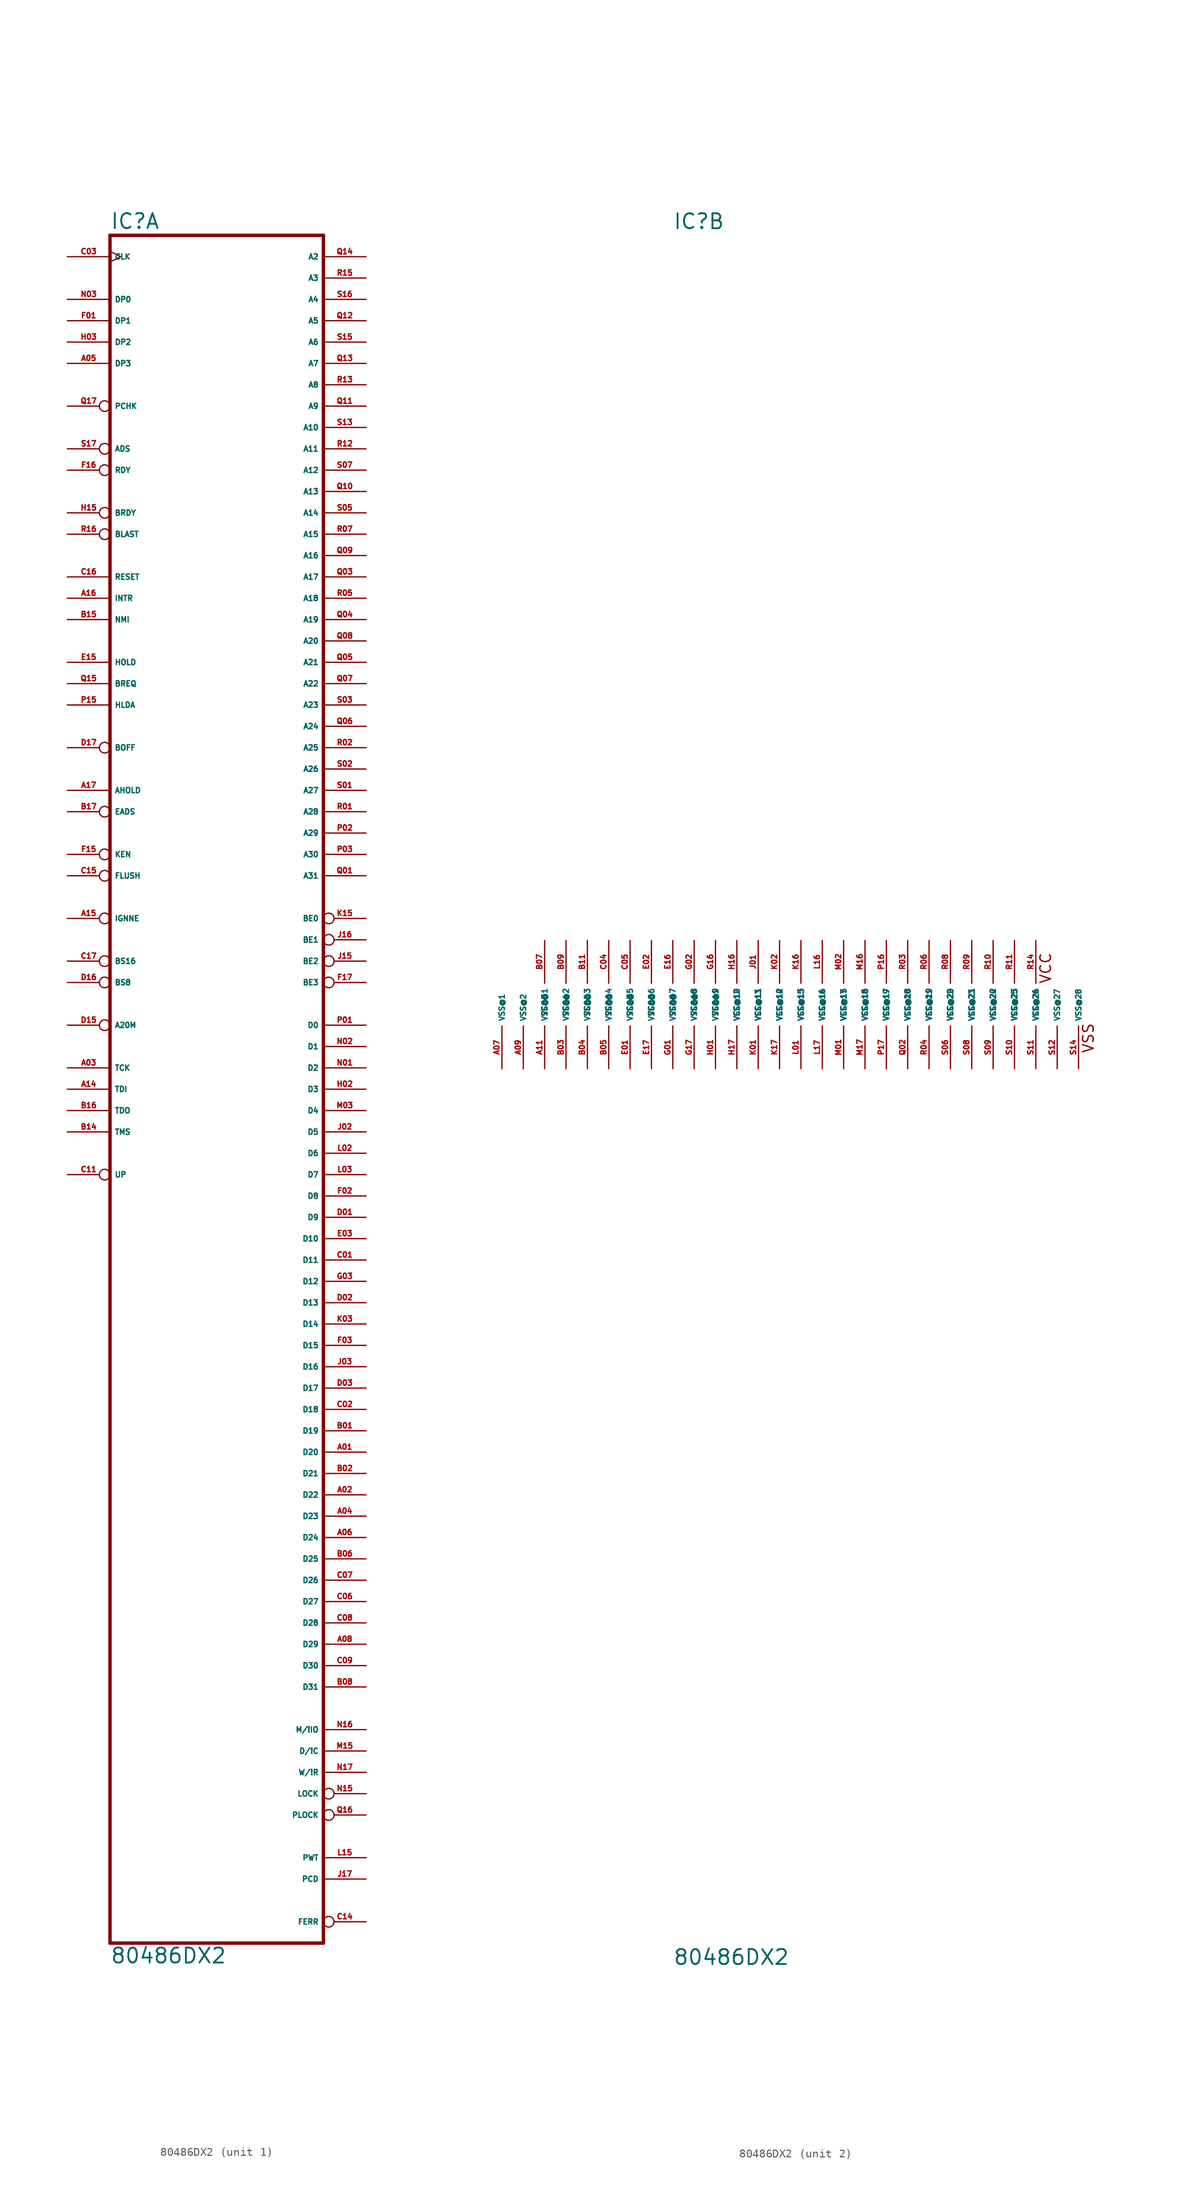
<source format=kicad_sym>
(kicad_symbol_lib
  (version 20220914)
  (generator Eagle2Kicad)
  (symbol "80486DX2"
    (property "Reference" "IC"
      (at -12.7 92.075 0)
      (effects (font (size 1.778 1.778) (thickness 0.22)) (justify left bottom)))
    (property "Value" "80486DX2"
      (at -12.7 -114.3 0)
      (effects (font (size 1.778 1.778) (thickness 0.22)) (justify left bottom)))
    (symbol "80486DX2_1_0"
      (polyline (pts (xy -12.7 -111.76) (xy 12.7 -111.76)) (stroke (width 0.406) (type default)) (fill (type none)))
      (polyline (pts (xy 12.7 91.44) (xy 12.7 -111.76)) (stroke (width 0.406) (type default)) (fill (type none)))
      (polyline (pts (xy 12.7 91.44) (xy -12.7 91.44)) (stroke (width 0.406) (type default)) (fill (type none)))
      (polyline (pts (xy -12.7 -111.76) (xy -12.7 91.44)) (stroke (width 0.406) (type default)) (fill (type none)))
      (pin input clock (at -17.78 88.9 0) (length 5.08) (name "CLK" (effects (font (size 0.635 0.635) (thickness 0.08)) (justify left bottom))) (number "C03" (effects (font (size 0.635 0.635) (thickness 0.08)) (justify left bottom))))
      (pin output line (at 17.78 88.9 180) (length 5.08) (name "A2" (effects (font (size 0.635 0.635) (thickness 0.08)) (justify left bottom))) (number "Q14" (effects (font (size 0.635 0.635) (thickness 0.08)) (justify left bottom))))
      (pin output line (at 17.78 86.36 180) (length 5.08) (name "A3" (effects (font (size 0.635 0.635) (thickness 0.08)) (justify left bottom))) (number "R15" (effects (font (size 0.635 0.635) (thickness 0.08)) (justify left bottom))))
      (pin bidirectional line (at 17.78 83.82 180) (length 5.08) (name "A4" (effects (font (size 0.635 0.635) (thickness 0.08)) (justify left bottom))) (number "S16" (effects (font (size 0.635 0.635) (thickness 0.08)) (justify left bottom))))
      (pin bidirectional line (at 17.78 81.28 180) (length 5.08) (name "A5" (effects (font (size 0.635 0.635) (thickness 0.08)) (justify left bottom))) (number "Q12" (effects (font (size 0.635 0.635) (thickness 0.08)) (justify left bottom))))
      (pin bidirectional line (at 17.78 78.74 180) (length 5.08) (name "A6" (effects (font (size 0.635 0.635) (thickness 0.08)) (justify left bottom))) (number "S15" (effects (font (size 0.635 0.635) (thickness 0.08)) (justify left bottom))))
      (pin bidirectional line (at 17.78 76.2 180) (length 5.08) (name "A7" (effects (font (size 0.635 0.635) (thickness 0.08)) (justify left bottom))) (number "Q13" (effects (font (size 0.635 0.635) (thickness 0.08)) (justify left bottom))))
      (pin bidirectional line (at 17.78 73.66 180) (length 5.08) (name "A8" (effects (font (size 0.635 0.635) (thickness 0.08)) (justify left bottom))) (number "R13" (effects (font (size 0.635 0.635) (thickness 0.08)) (justify left bottom))))
      (pin bidirectional line (at 17.78 71.12 180) (length 5.08) (name "A9" (effects (font (size 0.635 0.635) (thickness 0.08)) (justify left bottom))) (number "Q11" (effects (font (size 0.635 0.635) (thickness 0.08)) (justify left bottom))))
      (pin bidirectional line (at 17.78 68.58 180) (length 5.08) (name "A10" (effects (font (size 0.635 0.635) (thickness 0.08)) (justify left bottom))) (number "S13" (effects (font (size 0.635 0.635) (thickness 0.08)) (justify left bottom))))
      (pin bidirectional line (at 17.78 66.04 180) (length 5.08) (name "A11" (effects (font (size 0.635 0.635) (thickness 0.08)) (justify left bottom))) (number "R12" (effects (font (size 0.635 0.635) (thickness 0.08)) (justify left bottom))))
      (pin bidirectional line (at 17.78 63.5 180) (length 5.08) (name "A12" (effects (font (size 0.635 0.635) (thickness 0.08)) (justify left bottom))) (number "S07" (effects (font (size 0.635 0.635) (thickness 0.08)) (justify left bottom))))
      (pin bidirectional line (at 17.78 60.96 180) (length 5.08) (name "A13" (effects (font (size 0.635 0.635) (thickness 0.08)) (justify left bottom))) (number "Q10" (effects (font (size 0.635 0.635) (thickness 0.08)) (justify left bottom))))
      (pin bidirectional line (at 17.78 58.42 180) (length 5.08) (name "A14" (effects (font (size 0.635 0.635) (thickness 0.08)) (justify left bottom))) (number "S05" (effects (font (size 0.635 0.635) (thickness 0.08)) (justify left bottom))))
      (pin bidirectional line (at 17.78 55.88 180) (length 5.08) (name "A15" (effects (font (size 0.635 0.635) (thickness 0.08)) (justify left bottom))) (number "R07" (effects (font (size 0.635 0.635) (thickness 0.08)) (justify left bottom))))
      (pin bidirectional line (at 17.78 53.34 180) (length 5.08) (name "A16" (effects (font (size 0.635 0.635) (thickness 0.08)) (justify left bottom))) (number "Q09" (effects (font (size 0.635 0.635) (thickness 0.08)) (justify left bottom))))
      (pin bidirectional line (at 17.78 50.8 180) (length 5.08) (name "A17" (effects (font (size 0.635 0.635) (thickness 0.08)) (justify left bottom))) (number "Q03" (effects (font (size 0.635 0.635) (thickness 0.08)) (justify left bottom))))
      (pin bidirectional line (at 17.78 48.26 180) (length 5.08) (name "A18" (effects (font (size 0.635 0.635) (thickness 0.08)) (justify left bottom))) (number "R05" (effects (font (size 0.635 0.635) (thickness 0.08)) (justify left bottom))))
      (pin bidirectional line (at 17.78 45.72 180) (length 5.08) (name "A19" (effects (font (size 0.635 0.635) (thickness 0.08)) (justify left bottom))) (number "Q04" (effects (font (size 0.635 0.635) (thickness 0.08)) (justify left bottom))))
      (pin bidirectional line (at 17.78 43.18 180) (length 5.08) (name "A20" (effects (font (size 0.635 0.635) (thickness 0.08)) (justify left bottom))) (number "Q08" (effects (font (size 0.635 0.635) (thickness 0.08)) (justify left bottom))))
      (pin bidirectional line (at 17.78 40.64 180) (length 5.08) (name "A21" (effects (font (size 0.635 0.635) (thickness 0.08)) (justify left bottom))) (number "Q05" (effects (font (size 0.635 0.635) (thickness 0.08)) (justify left bottom))))
      (pin bidirectional line (at 17.78 38.1 180) (length 5.08) (name "A22" (effects (font (size 0.635 0.635) (thickness 0.08)) (justify left bottom))) (number "Q07" (effects (font (size 0.635 0.635) (thickness 0.08)) (justify left bottom))))
      (pin bidirectional line (at 17.78 35.56 180) (length 5.08) (name "A23" (effects (font (size 0.635 0.635) (thickness 0.08)) (justify left bottom))) (number "S03" (effects (font (size 0.635 0.635) (thickness 0.08)) (justify left bottom))))
      (pin bidirectional line (at 17.78 33.02 180) (length 5.08) (name "A24" (effects (font (size 0.635 0.635) (thickness 0.08)) (justify left bottom))) (number "Q06" (effects (font (size 0.635 0.635) (thickness 0.08)) (justify left bottom))))
      (pin bidirectional line (at 17.78 30.48 180) (length 5.08) (name "A25" (effects (font (size 0.635 0.635) (thickness 0.08)) (justify left bottom))) (number "R02" (effects (font (size 0.635 0.635) (thickness 0.08)) (justify left bottom))))
      (pin bidirectional line (at 17.78 27.94 180) (length 5.08) (name "A26" (effects (font (size 0.635 0.635) (thickness 0.08)) (justify left bottom))) (number "S02" (effects (font (size 0.635 0.635) (thickness 0.08)) (justify left bottom))))
      (pin bidirectional line (at 17.78 25.4 180) (length 5.08) (name "A27" (effects (font (size 0.635 0.635) (thickness 0.08)) (justify left bottom))) (number "S01" (effects (font (size 0.635 0.635) (thickness 0.08)) (justify left bottom))))
      (pin bidirectional line (at 17.78 22.86 180) (length 5.08) (name "A28" (effects (font (size 0.635 0.635) (thickness 0.08)) (justify left bottom))) (number "R01" (effects (font (size 0.635 0.635) (thickness 0.08)) (justify left bottom))))
      (pin bidirectional line (at 17.78 20.32 180) (length 5.08) (name "A29" (effects (font (size 0.635 0.635) (thickness 0.08)) (justify left bottom))) (number "P02" (effects (font (size 0.635 0.635) (thickness 0.08)) (justify left bottom))))
      (pin bidirectional line (at 17.78 17.78 180) (length 5.08) (name "A30" (effects (font (size 0.635 0.635) (thickness 0.08)) (justify left bottom))) (number "P03" (effects (font (size 0.635 0.635) (thickness 0.08)) (justify left bottom))))
      (pin bidirectional line (at 17.78 15.24 180) (length 5.08) (name "A31" (effects (font (size 0.635 0.635) (thickness 0.08)) (justify left bottom))) (number "Q01" (effects (font (size 0.635 0.635) (thickness 0.08)) (justify left bottom))))
      (pin bidirectional line (at 17.78 -2.54 180) (length 5.08) (name "D0" (effects (font (size 0.635 0.635) (thickness 0.08)) (justify left bottom))) (number "P01" (effects (font (size 0.635 0.635) (thickness 0.08)) (justify left bottom))))
      (pin bidirectional line (at 17.78 -5.08 180) (length 5.08) (name "D1" (effects (font (size 0.635 0.635) (thickness 0.08)) (justify left bottom))) (number "N02" (effects (font (size 0.635 0.635) (thickness 0.08)) (justify left bottom))))
      (pin bidirectional line (at 17.78 -7.62 180) (length 5.08) (name "D2" (effects (font (size 0.635 0.635) (thickness 0.08)) (justify left bottom))) (number "N01" (effects (font (size 0.635 0.635) (thickness 0.08)) (justify left bottom))))
      (pin bidirectional line (at 17.78 -10.16 180) (length 5.08) (name "D3" (effects (font (size 0.635 0.635) (thickness 0.08)) (justify left bottom))) (number "H02" (effects (font (size 0.635 0.635) (thickness 0.08)) (justify left bottom))))
      (pin bidirectional line (at 17.78 -12.7 180) (length 5.08) (name "D4" (effects (font (size 0.635 0.635) (thickness 0.08)) (justify left bottom))) (number "M03" (effects (font (size 0.635 0.635) (thickness 0.08)) (justify left bottom))))
      (pin bidirectional line (at 17.78 -15.24 180) (length 5.08) (name "D5" (effects (font (size 0.635 0.635) (thickness 0.08)) (justify left bottom))) (number "J02" (effects (font (size 0.635 0.635) (thickness 0.08)) (justify left bottom))))
      (pin bidirectional line (at 17.78 -17.78 180) (length 5.08) (name "D6" (effects (font (size 0.635 0.635) (thickness 0.08)) (justify left bottom))) (number "L02" (effects (font (size 0.635 0.635) (thickness 0.08)) (justify left bottom))))
      (pin bidirectional line (at 17.78 -20.32 180) (length 5.08) (name "D7" (effects (font (size 0.635 0.635) (thickness 0.08)) (justify left bottom))) (number "L03" (effects (font (size 0.635 0.635) (thickness 0.08)) (justify left bottom))))
      (pin bidirectional line (at 17.78 -22.86 180) (length 5.08) (name "D8" (effects (font (size 0.635 0.635) (thickness 0.08)) (justify left bottom))) (number "F02" (effects (font (size 0.635 0.635) (thickness 0.08)) (justify left bottom))))
      (pin bidirectional line (at 17.78 -25.4 180) (length 5.08) (name "D9" (effects (font (size 0.635 0.635) (thickness 0.08)) (justify left bottom))) (number "D01" (effects (font (size 0.635 0.635) (thickness 0.08)) (justify left bottom))))
      (pin bidirectional line (at 17.78 -27.94 180) (length 5.08) (name "D10" (effects (font (size 0.635 0.635) (thickness 0.08)) (justify left bottom))) (number "E03" (effects (font (size 0.635 0.635) (thickness 0.08)) (justify left bottom))))
      (pin bidirectional line (at 17.78 -30.48 180) (length 5.08) (name "D11" (effects (font (size 0.635 0.635) (thickness 0.08)) (justify left bottom))) (number "C01" (effects (font (size 0.635 0.635) (thickness 0.08)) (justify left bottom))))
      (pin bidirectional line (at 17.78 -33.02 180) (length 5.08) (name "D12" (effects (font (size 0.635 0.635) (thickness 0.08)) (justify left bottom))) (number "G03" (effects (font (size 0.635 0.635) (thickness 0.08)) (justify left bottom))))
      (pin bidirectional line (at 17.78 -35.56 180) (length 5.08) (name "D13" (effects (font (size 0.635 0.635) (thickness 0.08)) (justify left bottom))) (number "D02" (effects (font (size 0.635 0.635) (thickness 0.08)) (justify left bottom))))
      (pin bidirectional line (at 17.78 -38.1 180) (length 5.08) (name "D14" (effects (font (size 0.635 0.635) (thickness 0.08)) (justify left bottom))) (number "K03" (effects (font (size 0.635 0.635) (thickness 0.08)) (justify left bottom))))
      (pin bidirectional line (at 17.78 -40.64 180) (length 5.08) (name "D15" (effects (font (size 0.635 0.635) (thickness 0.08)) (justify left bottom))) (number "F03" (effects (font (size 0.635 0.635) (thickness 0.08)) (justify left bottom))))
      (pin bidirectional line (at 17.78 -43.18 180) (length 5.08) (name "D16" (effects (font (size 0.635 0.635) (thickness 0.08)) (justify left bottom))) (number "J03" (effects (font (size 0.635 0.635) (thickness 0.08)) (justify left bottom))))
      (pin bidirectional line (at 17.78 -45.72 180) (length 5.08) (name "D17" (effects (font (size 0.635 0.635) (thickness 0.08)) (justify left bottom))) (number "D03" (effects (font (size 0.635 0.635) (thickness 0.08)) (justify left bottom))))
      (pin bidirectional line (at 17.78 -48.26 180) (length 5.08) (name "D18" (effects (font (size 0.635 0.635) (thickness 0.08)) (justify left bottom))) (number "C02" (effects (font (size 0.635 0.635) (thickness 0.08)) (justify left bottom))))
      (pin bidirectional line (at 17.78 -50.8 180) (length 5.08) (name "D19" (effects (font (size 0.635 0.635) (thickness 0.08)) (justify left bottom))) (number "B01" (effects (font (size 0.635 0.635) (thickness 0.08)) (justify left bottom))))
      (pin bidirectional line (at 17.78 -53.34 180) (length 5.08) (name "D20" (effects (font (size 0.635 0.635) (thickness 0.08)) (justify left bottom))) (number "A01" (effects (font (size 0.635 0.635) (thickness 0.08)) (justify left bottom))))
      (pin bidirectional line (at 17.78 -55.88 180) (length 5.08) (name "D21" (effects (font (size 0.635 0.635) (thickness 0.08)) (justify left bottom))) (number "B02" (effects (font (size 0.635 0.635) (thickness 0.08)) (justify left bottom))))
      (pin bidirectional line (at 17.78 -58.42 180) (length 5.08) (name "D22" (effects (font (size 0.635 0.635) (thickness 0.08)) (justify left bottom))) (number "A02" (effects (font (size 0.635 0.635) (thickness 0.08)) (justify left bottom))))
      (pin bidirectional line (at 17.78 -60.96 180) (length 5.08) (name "D23" (effects (font (size 0.635 0.635) (thickness 0.08)) (justify left bottom))) (number "A04" (effects (font (size 0.635 0.635) (thickness 0.08)) (justify left bottom))))
      (pin bidirectional line (at 17.78 -63.5 180) (length 5.08) (name "D24" (effects (font (size 0.635 0.635) (thickness 0.08)) (justify left bottom))) (number "A06" (effects (font (size 0.635 0.635) (thickness 0.08)) (justify left bottom))))
      (pin bidirectional line (at 17.78 -66.04 180) (length 5.08) (name "D25" (effects (font (size 0.635 0.635) (thickness 0.08)) (justify left bottom))) (number "B06" (effects (font (size 0.635 0.635) (thickness 0.08)) (justify left bottom))))
      (pin bidirectional line (at 17.78 -68.58 180) (length 5.08) (name "D26" (effects (font (size 0.635 0.635) (thickness 0.08)) (justify left bottom))) (number "C07" (effects (font (size 0.635 0.635) (thickness 0.08)) (justify left bottom))))
      (pin bidirectional line (at 17.78 -71.12 180) (length 5.08) (name "D27" (effects (font (size 0.635 0.635) (thickness 0.08)) (justify left bottom))) (number "C06" (effects (font (size 0.635 0.635) (thickness 0.08)) (justify left bottom))))
      (pin bidirectional line (at 17.78 -73.66 180) (length 5.08) (name "D28" (effects (font (size 0.635 0.635) (thickness 0.08)) (justify left bottom))) (number "C08" (effects (font (size 0.635 0.635) (thickness 0.08)) (justify left bottom))))
      (pin bidirectional line (at 17.78 -76.2 180) (length 5.08) (name "D29" (effects (font (size 0.635 0.635) (thickness 0.08)) (justify left bottom))) (number "A08" (effects (font (size 0.635 0.635) (thickness 0.08)) (justify left bottom))))
      (pin bidirectional line (at 17.78 -78.74 180) (length 5.08) (name "D30" (effects (font (size 0.635 0.635) (thickness 0.08)) (justify left bottom))) (number "C09" (effects (font (size 0.635 0.635) (thickness 0.08)) (justify left bottom))))
      (pin bidirectional line (at 17.78 -81.28 180) (length 5.08) (name "D31" (effects (font (size 0.635 0.635) (thickness 0.08)) (justify left bottom))) (number "B08" (effects (font (size 0.635 0.635) (thickness 0.08)) (justify left bottom))))
      (pin bidirectional line (at -17.78 83.82 0) (length 5.08) (name "DP0" (effects (font (size 0.635 0.635) (thickness 0.08)) (justify left bottom))) (number "N03" (effects (font (size 0.635 0.635) (thickness 0.08)) (justify left bottom))))
      (pin bidirectional line (at -17.78 81.28 0) (length 5.08) (name "DP1" (effects (font (size 0.635 0.635) (thickness 0.08)) (justify left bottom))) (number "F01" (effects (font (size 0.635 0.635) (thickness 0.08)) (justify left bottom))))
      (pin bidirectional line (at -17.78 78.74 0) (length 5.08) (name "DP2" (effects (font (size 0.635 0.635) (thickness 0.08)) (justify left bottom))) (number "H03" (effects (font (size 0.635 0.635) (thickness 0.08)) (justify left bottom))))
      (pin bidirectional line (at -17.78 76.2 0) (length 5.08) (name "DP3" (effects (font (size 0.635 0.635) (thickness 0.08)) (justify left bottom))) (number "A05" (effects (font (size 0.635 0.635) (thickness 0.08)) (justify left bottom))))
      (pin input inverted (at -17.78 63.5 0) (length 5.08) (name "RDY" (effects (font (size 0.635 0.635) (thickness 0.08)) (justify left bottom))) (number "F16" (effects (font (size 0.635 0.635) (thickness 0.08)) (justify left bottom))))
      (pin input inverted (at -17.78 58.42 0) (length 5.08) (name "BRDY" (effects (font (size 0.635 0.635) (thickness 0.08)) (justify left bottom))) (number "H15" (effects (font (size 0.635 0.635) (thickness 0.08)) (justify left bottom))))
      (pin output inverted (at -17.78 55.88 0) (length 5.08) (name "BLAST" (effects (font (size 0.635 0.635) (thickness 0.08)) (justify left bottom))) (number "R16" (effects (font (size 0.635 0.635) (thickness 0.08)) (justify left bottom))))
      (pin input line (at -17.78 48.26 0) (length 5.08) (name "INTR" (effects (font (size 0.635 0.635) (thickness 0.08)) (justify left bottom))) (number "A16" (effects (font (size 0.635 0.635) (thickness 0.08)) (justify left bottom))))
      (pin input line (at -17.78 45.72 0) (length 5.08) (name "NMI" (effects (font (size 0.635 0.635) (thickness 0.08)) (justify left bottom))) (number "B15" (effects (font (size 0.635 0.635) (thickness 0.08)) (justify left bottom))))
      (pin input line (at -17.78 50.8 0) (length 5.08) (name "RESET" (effects (font (size 0.635 0.635) (thickness 0.08)) (justify left bottom))) (number "C16" (effects (font (size 0.635 0.635) (thickness 0.08)) (justify left bottom))))
      (pin output inverted (at 17.78 -96.52 180) (length 5.08) (name "PLOCK" (effects (font (size 0.635 0.635) (thickness 0.08)) (justify left bottom))) (number "Q16" (effects (font (size 0.635 0.635) (thickness 0.08)) (justify left bottom))))
      (pin output inverted (at -17.78 66.04 0) (length 5.08) (name "ADS" (effects (font (size 0.635 0.635) (thickness 0.08)) (justify left bottom))) (number "S17" (effects (font (size 0.635 0.635) (thickness 0.08)) (justify left bottom))))
      (pin output inverted (at 17.78 -93.98 180) (length 5.08) (name "LOCK" (effects (font (size 0.635 0.635) (thickness 0.08)) (justify left bottom))) (number "N15" (effects (font (size 0.635 0.635) (thickness 0.08)) (justify left bottom))))
      (pin output line (at 17.78 -86.36 180) (length 5.08) (name "M/!IO" (effects (font (size 0.635 0.635) (thickness 0.08)) (justify left bottom))) (number "N16" (effects (font (size 0.635 0.635) (thickness 0.08)) (justify left bottom))))
      (pin output line (at 17.78 -88.9 180) (length 5.08) (name "D/!C" (effects (font (size 0.635 0.635) (thickness 0.08)) (justify left bottom))) (number "M15" (effects (font (size 0.635 0.635) (thickness 0.08)) (justify left bottom))))
      (pin output line (at 17.78 -91.44 180) (length 5.08) (name "W/!R" (effects (font (size 0.635 0.635) (thickness 0.08)) (justify left bottom))) (number "N17" (effects (font (size 0.635 0.635) (thickness 0.08)) (justify left bottom))))
      (pin output inverted (at 17.78 2.54 180) (length 5.08) (name "BE3" (effects (font (size 0.635 0.635) (thickness 0.08)) (justify left bottom))) (number "F17" (effects (font (size 0.635 0.635) (thickness 0.08)) (justify left bottom))))
      (pin output inverted (at 17.78 5.08 180) (length 5.08) (name "BE2" (effects (font (size 0.635 0.635) (thickness 0.08)) (justify left bottom))) (number "J15" (effects (font (size 0.635 0.635) (thickness 0.08)) (justify left bottom))))
      (pin output inverted (at 17.78 7.62 180) (length 5.08) (name "BE1" (effects (font (size 0.635 0.635) (thickness 0.08)) (justify left bottom))) (number "J16" (effects (font (size 0.635 0.635) (thickness 0.08)) (justify left bottom))))
      (pin output inverted (at 17.78 10.16 180) (length 5.08) (name "BE0" (effects (font (size 0.635 0.635) (thickness 0.08)) (justify left bottom))) (number "K15" (effects (font (size 0.635 0.635) (thickness 0.08)) (justify left bottom))))
      (pin output inverted (at -17.78 71.12 0) (length 5.08) (name "PCHK" (effects (font (size 0.635 0.635) (thickness 0.08)) (justify left bottom))) (number "Q17" (effects (font (size 0.635 0.635) (thickness 0.08)) (justify left bottom))))
      (pin input line (at -17.78 40.64 0) (length 5.08) (name "HOLD" (effects (font (size 0.635 0.635) (thickness 0.08)) (justify left bottom))) (number "E15" (effects (font (size 0.635 0.635) (thickness 0.08)) (justify left bottom))))
      (pin output line (at -17.78 38.1 0) (length 5.08) (name "BREQ" (effects (font (size 0.635 0.635) (thickness 0.08)) (justify left bottom))) (number "Q15" (effects (font (size 0.635 0.635) (thickness 0.08)) (justify left bottom))))
      (pin output line (at -17.78 35.56 0) (length 5.08) (name "HLDA" (effects (font (size 0.635 0.635) (thickness 0.08)) (justify left bottom))) (number "P15" (effects (font (size 0.635 0.635) (thickness 0.08)) (justify left bottom))))
      (pin input inverted (at -17.78 30.48 0) (length 5.08) (name "BOFF" (effects (font (size 0.635 0.635) (thickness 0.08)) (justify left bottom))) (number "D17" (effects (font (size 0.635 0.635) (thickness 0.08)) (justify left bottom))))
      (pin input line (at -17.78 25.4 0) (length 5.08) (name "AHOLD" (effects (font (size 0.635 0.635) (thickness 0.08)) (justify left bottom))) (number "A17" (effects (font (size 0.635 0.635) (thickness 0.08)) (justify left bottom))))
      (pin input inverted (at -17.78 22.86 0) (length 5.08) (name "EADS" (effects (font (size 0.635 0.635) (thickness 0.08)) (justify left bottom))) (number "B17" (effects (font (size 0.635 0.635) (thickness 0.08)) (justify left bottom))))
      (pin input inverted (at -17.78 17.78 0) (length 5.08) (name "KEN" (effects (font (size 0.635 0.635) (thickness 0.08)) (justify left bottom))) (number "F15" (effects (font (size 0.635 0.635) (thickness 0.08)) (justify left bottom))))
      (pin input inverted (at -17.78 15.24 0) (length 5.08) (name "FLUSH" (effects (font (size 0.635 0.635) (thickness 0.08)) (justify left bottom))) (number "C15" (effects (font (size 0.635 0.635) (thickness 0.08)) (justify left bottom))))
      (pin output line (at 17.78 -101.6 180) (length 5.08) (name "PWT" (effects (font (size 0.635 0.635) (thickness 0.08)) (justify left bottom))) (number "L15" (effects (font (size 0.635 0.635) (thickness 0.08)) (justify left bottom))))
      (pin output line (at 17.78 -104.14 180) (length 5.08) (name "PCD" (effects (font (size 0.635 0.635) (thickness 0.08)) (justify left bottom))) (number "J17" (effects (font (size 0.635 0.635) (thickness 0.08)) (justify left bottom))))
      (pin output inverted (at 17.78 -109.22 180) (length 5.08) (name "FERR" (effects (font (size 0.635 0.635) (thickness 0.08)) (justify left bottom))) (number "C14" (effects (font (size 0.635 0.635) (thickness 0.08)) (justify left bottom))))
      (pin input inverted (at -17.78 10.16 0) (length 5.08) (name "IGNNE" (effects (font (size 0.635 0.635) (thickness 0.08)) (justify left bottom))) (number "A15" (effects (font (size 0.635 0.635) (thickness 0.08)) (justify left bottom))))
      (pin input inverted (at -17.78 5.08 0) (length 5.08) (name "BS16" (effects (font (size 0.635 0.635) (thickness 0.08)) (justify left bottom))) (number "C17" (effects (font (size 0.635 0.635) (thickness 0.08)) (justify left bottom))))
      (pin input inverted (at -17.78 2.54 0) (length 5.08) (name "BS8" (effects (font (size 0.635 0.635) (thickness 0.08)) (justify left bottom))) (number "D16" (effects (font (size 0.635 0.635) (thickness 0.08)) (justify left bottom))))
      (pin input inverted (at -17.78 -2.54 0) (length 5.08) (name "A20M" (effects (font (size 0.635 0.635) (thickness 0.08)) (justify left bottom))) (number "D15" (effects (font (size 0.635 0.635) (thickness 0.08)) (justify left bottom))))
      (pin input line (at -17.78 -7.62 0) (length 5.08) (name "TCK" (effects (font (size 0.635 0.635) (thickness 0.08)) (justify left bottom))) (number "A03" (effects (font (size 0.635 0.635) (thickness 0.08)) (justify left bottom))))
      (pin input line (at -17.78 -10.16 0) (length 5.08) (name "TDI" (effects (font (size 0.635 0.635) (thickness 0.08)) (justify left bottom))) (number "A14" (effects (font (size 0.635 0.635) (thickness 0.08)) (justify left bottom))))
      (pin input line (at -17.78 -12.7 0) (length 5.08) (name "TDO" (effects (font (size 0.635 0.635) (thickness 0.08)) (justify left bottom))) (number "B16" (effects (font (size 0.635 0.635) (thickness 0.08)) (justify left bottom))))
      (pin input line (at -17.78 -15.24 0) (length 5.08) (name "TMS" (effects (font (size 0.635 0.635) (thickness 0.08)) (justify left bottom))) (number "B14" (effects (font (size 0.635 0.635) (thickness 0.08)) (justify left bottom))))
      (pin input inverted (at -17.78 -20.32 0) (length 5.08) (name "UP" (effects (font (size 0.635 0.635) (thickness 0.08)) (justify left bottom))) (number "C11" (effects (font (size 0.635 0.635) (thickness 0.08)) (justify left bottom)))))
    (symbol "80486DX2_2_0"
      (text "VCC" (at 32.385 2.413 900) (effects (font (size 1.27 1.27) (thickness 0.16)) (justify left bottom)))
      (text "VSS" (at 37.465 -5.842 900) (effects (font (size 1.27 1.27) (thickness 0.16)) (justify left bottom)))
      (pin unspecified line (at -27.94 7.62 270) (length 5.08) (name "VCC@1" (effects (font (size 0.635 0.635) (thickness 0.08)) (justify left bottom))) (number "B07" (effects (font (size 0.635 0.635) (thickness 0.08)) (justify left bottom))))
      (pin unspecified line (at -25.4 7.62 270) (length 5.08) (name "VCC@2" (effects (font (size 0.635 0.635) (thickness 0.08)) (justify left bottom))) (number "B09" (effects (font (size 0.635 0.635) (thickness 0.08)) (justify left bottom))))
      (pin unspecified line (at -22.86 7.62 270) (length 5.08) (name "VCC@3" (effects (font (size 0.635 0.635) (thickness 0.08)) (justify left bottom))) (number "B11" (effects (font (size 0.635 0.635) (thickness 0.08)) (justify left bottom))))
      (pin unspecified line (at -20.32 7.62 270) (length 5.08) (name "VCC@4" (effects (font (size 0.635 0.635) (thickness 0.08)) (justify left bottom))) (number "C04" (effects (font (size 0.635 0.635) (thickness 0.08)) (justify left bottom))))
      (pin unspecified line (at -17.78 7.62 270) (length 5.08) (name "VCC@5" (effects (font (size 0.635 0.635) (thickness 0.08)) (justify left bottom))) (number "C05" (effects (font (size 0.635 0.635) (thickness 0.08)) (justify left bottom))))
      (pin unspecified line (at -15.24 7.62 270) (length 5.08) (name "VCC@6" (effects (font (size 0.635 0.635) (thickness 0.08)) (justify left bottom))) (number "E02" (effects (font (size 0.635 0.635) (thickness 0.08)) (justify left bottom))))
      (pin unspecified line (at -12.7 7.62 270) (length 5.08) (name "VCC@7" (effects (font (size 0.635 0.635) (thickness 0.08)) (justify left bottom))) (number "E16" (effects (font (size 0.635 0.635) (thickness 0.08)) (justify left bottom))))
      (pin unspecified line (at -10.16 7.62 270) (length 5.08) (name "VCC@8" (effects (font (size 0.635 0.635) (thickness 0.08)) (justify left bottom))) (number "G02" (effects (font (size 0.635 0.635) (thickness 0.08)) (justify left bottom))))
      (pin unspecified line (at -7.62 7.62 270) (length 5.08) (name "VCC@9" (effects (font (size 0.635 0.635) (thickness 0.08)) (justify left bottom))) (number "G16" (effects (font (size 0.635 0.635) (thickness 0.08)) (justify left bottom))))
      (pin unspecified line (at -5.08 7.62 270) (length 5.08) (name "VCC@10" (effects (font (size 0.635 0.635) (thickness 0.08)) (justify left bottom))) (number "H16" (effects (font (size 0.635 0.635) (thickness 0.08)) (justify left bottom))))
      (pin unspecified line (at -2.54 7.62 270) (length 5.08) (name "VCC@11" (effects (font (size 0.635 0.635) (thickness 0.08)) (justify left bottom))) (number "J01" (effects (font (size 0.635 0.635) (thickness 0.08)) (justify left bottom))))
      (pin unspecified line (at 0 7.62 270) (length 5.08) (name "VCC@12" (effects (font (size 0.635 0.635) (thickness 0.08)) (justify left bottom))) (number "K02" (effects (font (size 0.635 0.635) (thickness 0.08)) (justify left bottom))))
      (pin unspecified line (at 2.54 7.62 270) (length 5.08) (name "VCC@13" (effects (font (size 0.635 0.635) (thickness 0.08)) (justify left bottom))) (number "K16" (effects (font (size 0.635 0.635) (thickness 0.08)) (justify left bottom))))
      (pin unspecified line (at 5.08 7.62 270) (length 5.08) (name "VCC@14" (effects (font (size 0.635 0.635) (thickness 0.08)) (justify left bottom))) (number "L16" (effects (font (size 0.635 0.635) (thickness 0.08)) (justify left bottom))))
      (pin unspecified line (at 7.62 7.62 270) (length 5.08) (name "VCC@15" (effects (font (size 0.635 0.635) (thickness 0.08)) (justify left bottom))) (number "M02" (effects (font (size 0.635 0.635) (thickness 0.08)) (justify left bottom))))
      (pin unspecified line (at 10.16 7.62 270) (length 5.08) (name "VCC@16" (effects (font (size 0.635 0.635) (thickness 0.08)) (justify left bottom))) (number "M16" (effects (font (size 0.635 0.635) (thickness 0.08)) (justify left bottom))))
      (pin unspecified line (at 12.7 7.62 270) (length 5.08) (name "VCC@17" (effects (font (size 0.635 0.635) (thickness 0.08)) (justify left bottom))) (number "P16" (effects (font (size 0.635 0.635) (thickness 0.08)) (justify left bottom))))
      (pin unspecified line (at 15.24 7.62 270) (length 5.08) (name "VCC@18" (effects (font (size 0.635 0.635) (thickness 0.08)) (justify left bottom))) (number "R03" (effects (font (size 0.635 0.635) (thickness 0.08)) (justify left bottom))))
      (pin unspecified line (at 17.78 7.62 270) (length 5.08) (name "VCC@19" (effects (font (size 0.635 0.635) (thickness 0.08)) (justify left bottom))) (number "R06" (effects (font (size 0.635 0.635) (thickness 0.08)) (justify left bottom))))
      (pin unspecified line (at 20.32 7.62 270) (length 5.08) (name "VCC@20" (effects (font (size 0.635 0.635) (thickness 0.08)) (justify left bottom))) (number "R08" (effects (font (size 0.635 0.635) (thickness 0.08)) (justify left bottom))))
      (pin unspecified line (at 15.24 -7.62 90) (length 5.08) (name "VSS@20" (effects (font (size 0.635 0.635) (thickness 0.08)) (justify left bottom))) (number "Q02" (effects (font (size 0.635 0.635) (thickness 0.08)) (justify left bottom))))
      (pin unspecified line (at 12.7 -7.62 90) (length 5.08) (name "VSS@19" (effects (font (size 0.635 0.635) (thickness 0.08)) (justify left bottom))) (number "P17" (effects (font (size 0.635 0.635) (thickness 0.08)) (justify left bottom))))
      (pin unspecified line (at 10.16 -7.62 90) (length 5.08) (name "VSS@18" (effects (font (size 0.635 0.635) (thickness 0.08)) (justify left bottom))) (number "M17" (effects (font (size 0.635 0.635) (thickness 0.08)) (justify left bottom))))
      (pin unspecified line (at 7.62 -7.62 90) (length 5.08) (name "VSS@17" (effects (font (size 0.635 0.635) (thickness 0.08)) (justify left bottom))) (number "M01" (effects (font (size 0.635 0.635) (thickness 0.08)) (justify left bottom))))
      (pin unspecified line (at 5.08 -7.62 90) (length 5.08) (name "VSS@16" (effects (font (size 0.635 0.635) (thickness 0.08)) (justify left bottom))) (number "L17" (effects (font (size 0.635 0.635) (thickness 0.08)) (justify left bottom))))
      (pin unspecified line (at 2.54 -7.62 90) (length 5.08) (name "VSS@15" (effects (font (size 0.635 0.635) (thickness 0.08)) (justify left bottom))) (number "L01" (effects (font (size 0.635 0.635) (thickness 0.08)) (justify left bottom))))
      (pin unspecified line (at 0 -7.62 90) (length 5.08) (name "VSS@14" (effects (font (size 0.635 0.635) (thickness 0.08)) (justify left bottom))) (number "K17" (effects (font (size 0.635 0.635) (thickness 0.08)) (justify left bottom))))
      (pin unspecified line (at -2.54 -7.62 90) (length 5.08) (name "VSS@13" (effects (font (size 0.635 0.635) (thickness 0.08)) (justify left bottom))) (number "K01" (effects (font (size 0.635 0.635) (thickness 0.08)) (justify left bottom))))
      (pin unspecified line (at -5.08 -7.62 90) (length 5.08) (name "VSS@12" (effects (font (size 0.635 0.635) (thickness 0.08)) (justify left bottom))) (number "H17" (effects (font (size 0.635 0.635) (thickness 0.08)) (justify left bottom))))
      (pin unspecified line (at -7.62 -7.62 90) (length 5.08) (name "VSS@11" (effects (font (size 0.635 0.635) (thickness 0.08)) (justify left bottom))) (number "H01" (effects (font (size 0.635 0.635) (thickness 0.08)) (justify left bottom))))
      (pin unspecified line (at -10.16 -7.62 90) (length 5.08) (name "VSS@10" (effects (font (size 0.635 0.635) (thickness 0.08)) (justify left bottom))) (number "G17" (effects (font (size 0.635 0.635) (thickness 0.08)) (justify left bottom))))
      (pin unspecified line (at -12.7 -7.62 90) (length 5.08) (name "VSS@9" (effects (font (size 0.635 0.635) (thickness 0.08)) (justify left bottom))) (number "G01" (effects (font (size 0.635 0.635) (thickness 0.08)) (justify left bottom))))
      (pin unspecified line (at -15.24 -7.62 90) (length 5.08) (name "VSS@8" (effects (font (size 0.635 0.635) (thickness 0.08)) (justify left bottom))) (number "E17" (effects (font (size 0.635 0.635) (thickness 0.08)) (justify left bottom))))
      (pin unspecified line (at -17.78 -7.62 90) (length 5.08) (name "VSS@7" (effects (font (size 0.635 0.635) (thickness 0.08)) (justify left bottom))) (number "E01" (effects (font (size 0.635 0.635) (thickness 0.08)) (justify left bottom))))
      (pin unspecified line (at -20.32 -7.62 90) (length 5.08) (name "VSS@6" (effects (font (size 0.635 0.635) (thickness 0.08)) (justify left bottom))) (number "B05" (effects (font (size 0.635 0.635) (thickness 0.08)) (justify left bottom))))
      (pin unspecified line (at -22.86 -7.62 90) (length 5.08) (name "VSS@5" (effects (font (size 0.635 0.635) (thickness 0.08)) (justify left bottom))) (number "B04" (effects (font (size 0.635 0.635) (thickness 0.08)) (justify left bottom))))
      (pin unspecified line (at -25.4 -7.62 90) (length 5.08) (name "VSS@4" (effects (font (size 0.635 0.635) (thickness 0.08)) (justify left bottom))) (number "B03" (effects (font (size 0.635 0.635) (thickness 0.08)) (justify left bottom))))
      (pin unspecified line (at -27.94 -7.62 90) (length 5.08) (name "VSS@3" (effects (font (size 0.635 0.635) (thickness 0.08)) (justify left bottom))) (number "A11" (effects (font (size 0.635 0.635) (thickness 0.08)) (justify left bottom))))
      (pin unspecified line (at -30.48 -7.62 90) (length 5.08) (name "VSS@2" (effects (font (size 0.635 0.635) (thickness 0.08)) (justify left bottom))) (number "A09" (effects (font (size 0.635 0.635) (thickness 0.08)) (justify left bottom))))
      (pin unspecified line (at -33.02 -7.62 90) (length 5.08) (name "VSS@1" (effects (font (size 0.635 0.635) (thickness 0.08)) (justify left bottom))) (number "A07" (effects (font (size 0.635 0.635) (thickness 0.08)) (justify left bottom))))
      (pin unspecified line (at 17.78 -7.62 90) (length 5.08) (name "VSS@21" (effects (font (size 0.635 0.635) (thickness 0.08)) (justify left bottom))) (number "R04" (effects (font (size 0.635 0.635) (thickness 0.08)) (justify left bottom))))
      (pin unspecified line (at 20.32 -7.62 90) (length 5.08) (name "VSS@22" (effects (font (size 0.635 0.635) (thickness 0.08)) (justify left bottom))) (number "S06" (effects (font (size 0.635 0.635) (thickness 0.08)) (justify left bottom))))
      (pin unspecified line (at 25.4 -7.62 90) (length 5.08) (name "VSS@24" (effects (font (size 0.635 0.635) (thickness 0.08)) (justify left bottom))) (number "S09" (effects (font (size 0.635 0.635) (thickness 0.08)) (justify left bottom))))
      (pin unspecified line (at 27.94 -7.62 90) (length 5.08) (name "VSS@25" (effects (font (size 0.635 0.635) (thickness 0.08)) (justify left bottom))) (number "S10" (effects (font (size 0.635 0.635) (thickness 0.08)) (justify left bottom))))
      (pin unspecified line (at 30.48 -7.62 90) (length 5.08) (name "VSS@26" (effects (font (size 0.635 0.635) (thickness 0.08)) (justify left bottom))) (number "S11" (effects (font (size 0.635 0.635) (thickness 0.08)) (justify left bottom))))
      (pin unspecified line (at 33.02 -7.62 90) (length 5.08) (name "VSS@27" (effects (font (size 0.635 0.635) (thickness 0.08)) (justify left bottom))) (number "S12" (effects (font (size 0.635 0.635) (thickness 0.08)) (justify left bottom))))
      (pin unspecified line (at 22.86 7.62 270) (length 5.08) (name "VCC@21" (effects (font (size 0.635 0.635) (thickness 0.08)) (justify left bottom))) (number "R09" (effects (font (size 0.635 0.635) (thickness 0.08)) (justify left bottom))))
      (pin unspecified line (at 25.4 7.62 270) (length 5.08) (name "VCC@22" (effects (font (size 0.635 0.635) (thickness 0.08)) (justify left bottom))) (number "R10" (effects (font (size 0.635 0.635) (thickness 0.08)) (justify left bottom))))
      (pin unspecified line (at 27.94 7.62 270) (length 5.08) (name "VCC@23" (effects (font (size 0.635 0.635) (thickness 0.08)) (justify left bottom))) (number "R11" (effects (font (size 0.635 0.635) (thickness 0.08)) (justify left bottom))))
      (pin unspecified line (at 30.48 7.62 270) (length 5.08) (name "VCC@24" (effects (font (size 0.635 0.635) (thickness 0.08)) (justify left bottom))) (number "R14" (effects (font (size 0.635 0.635) (thickness 0.08)) (justify left bottom))))
      (pin unspecified line (at 22.86 -7.62 90) (length 5.08) (name "VSS@23" (effects (font (size 0.635 0.635) (thickness 0.08)) (justify left bottom))) (number "S08" (effects (font (size 0.635 0.635) (thickness 0.08)) (justify left bottom))))
      (pin unspecified line (at 35.56 -7.62 90) (length 5.08) (name "VSS@28" (effects (font (size 0.635 0.635) (thickness 0.08)) (justify left bottom))) (number "S14" (effects (font (size 0.635 0.635) (thickness 0.08)) (justify left bottom)))))))
</source>
